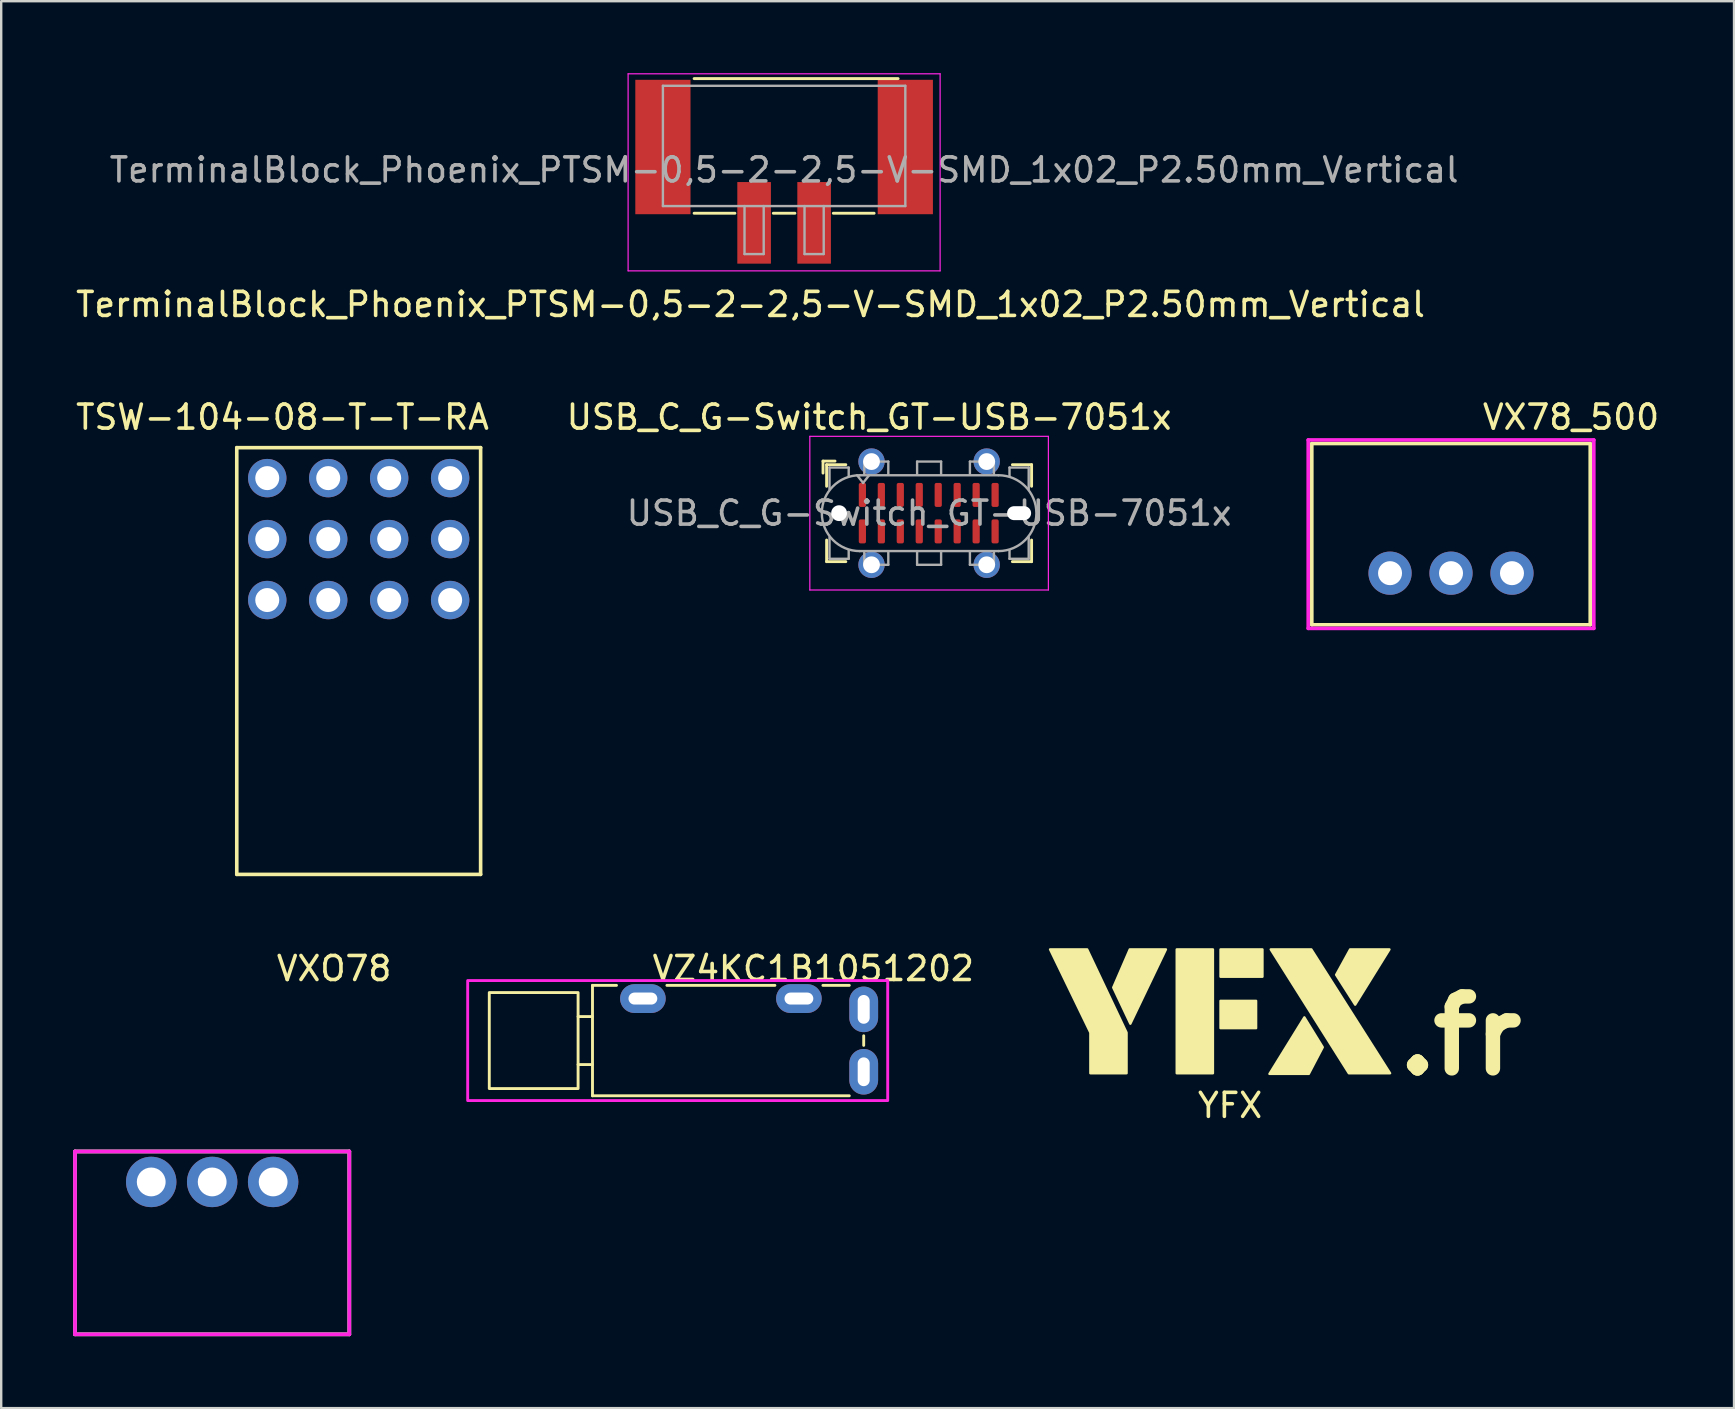
<source format=kicad_pcb>
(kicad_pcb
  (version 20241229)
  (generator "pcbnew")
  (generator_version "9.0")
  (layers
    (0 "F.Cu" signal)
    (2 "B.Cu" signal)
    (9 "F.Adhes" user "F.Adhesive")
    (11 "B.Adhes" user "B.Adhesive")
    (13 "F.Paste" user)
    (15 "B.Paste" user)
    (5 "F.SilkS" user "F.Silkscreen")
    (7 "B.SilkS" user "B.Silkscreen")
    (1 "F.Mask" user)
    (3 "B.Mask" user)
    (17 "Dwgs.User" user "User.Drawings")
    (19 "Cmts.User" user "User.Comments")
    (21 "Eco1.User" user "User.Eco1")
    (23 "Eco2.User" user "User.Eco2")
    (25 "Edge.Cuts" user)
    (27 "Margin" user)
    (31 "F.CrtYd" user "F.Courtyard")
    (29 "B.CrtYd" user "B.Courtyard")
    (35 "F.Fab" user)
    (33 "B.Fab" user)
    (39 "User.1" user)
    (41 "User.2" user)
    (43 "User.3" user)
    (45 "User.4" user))
  (footprint "VXO78"
    (layer "F.Cu")
    (at 5.79 46.195)
    (property "Reference" "VXO78" (at 5.08 -8.89 0) (layer "F.SilkS") (effects (font (size 1 1) (thickness 0.15))))
    (attr through_hole)
    (fp_line (start -5.715 -1.27) (end -5.715 6.35) (stroke (width 0.15) (type solid)) (layer "F.SilkS"))
    (fp_line (start -5.715 6.35) (end 5.715 6.35) (stroke (width 0.15) (type solid)) (layer "F.SilkS"))
    (fp_line (start 5.715 -1.27) (end -5.715 -1.27) (stroke (width 0.15) (type solid)) (layer "F.SilkS"))
    (fp_line (start 5.715 6.35) (end 5.715 -1.27) (stroke (width 0.15) (type solid)) (layer "F.SilkS"))
    (fp_line (start -5.715 -1.27) (end 5.715 -1.27) (stroke (width 0.15) (type solid)) (layer "F.CrtYd"))
    (fp_line (start -5.715 6.35) (end -5.715 -1.27) (stroke (width 0.15) (type solid)) (layer "F.CrtYd"))
    (fp_line (start 5.715 -1.27) (end 5.715 6.35) (stroke (width 0.15) (type solid)) (layer "F.CrtYd"))
    (fp_line (start 5.715 6.35) (end -5.715 6.35) (stroke (width 0.15) (type solid)) (layer "F.CrtYd"))
    (fp_line (start -5.715 -1.27) (end 5.715 -1.27) (stroke (width 0.15) (type solid)) (layer "F.Fab"))
    (fp_line (start -5.715 6.35) (end -5.715 -1.27) (stroke (width 0.15) (type solid)) (layer "F.Fab"))
    (fp_line (start 5.715 -1.27) (end 5.715 6.35) (stroke (width 0.15) (type solid)) (layer "F.Fab"))
    (fp_line (start 5.715 6.35) (end -5.715 6.35) (stroke (width 0.15) (type solid)) (layer "F.Fab"))
    (pad "1" thru_hole circle (at -2.54 0) (size 2.1 2.1) (drill 1.2) (layers "*.Cu" "*.Mask"))
    (pad "2" thru_hole circle (at 0 0) (size 2.1 2.1) (drill 1.2) (layers "*.Cu" "*.Mask"))
    (pad "3" thru_hole circle (at 2.54 0) (size 2.1 2.1) (drill 1.2) (layers "*.Cu" "*.Mask")))
  (footprint "TerminalBlock_Phoenix_PTSM-0,5-2-2,5-V-SMD_1x02_P2.50mm_Vertical"
    (layer "F.Cu")
    (at 29.62 4.105)
    (property "Reference" "TerminalBlock_Phoenix_PTSM-0,5-2-2,5-V-SMD_1x02_P2.50mm_Vertical" (at -1.4 5.53 0) (layer "F.SilkS") (effects (font (size 1 1) (thickness 0.15))))
    (attr smd)
    (fp_line (start -3.75 -3.88) (end 4.75 -3.88) (stroke (width 0.12) (type solid)) (layer "F.SilkS"))
    (fp_line (start -2.05 1.73) (end -3.75 1.73) (stroke (width 0.12) (type solid)) (layer "F.SilkS"))
    (fp_line (start 0.45 1.73) (end -0.45 1.73) (stroke (width 0.12) (type solid)) (layer "F.SilkS"))
    (fp_line (start 3.75 1.73) (end 2.05 1.73) (stroke (width 0.12) (type solid)) (layer "F.SilkS"))
    (fp_line (start -6.5 -4.08) (end 6.5 -4.08) (stroke (width 0.05) (type solid)) (layer "F.CrtYd"))
    (fp_line (start -6.5 4.13) (end -6.5 -4.08) (stroke (width 0.05) (type solid)) (layer "F.CrtYd"))
    (fp_line (start 6.5 -4.08) (end 6.5 4.13) (stroke (width 0.05) (type solid)) (layer "F.CrtYd"))
    (fp_line (start 6.5 4.13) (end -6.5 4.13) (stroke (width 0.05) (type solid)) (layer "F.CrtYd"))
    (fp_line (start -5.05 -3.58) (end 5.05 -3.58) (stroke (width 0.1) (type solid)) (layer "F.Fab"))
    (fp_line (start -5.05 1.43) (end -5.05 -3.58) (stroke (width 0.1) (type solid)) (layer "F.Fab"))
    (fp_line (start -1.65 1.43) (end -1.65 3.43) (stroke (width 0.1) (type solid)) (layer "F.Fab"))
    (fp_line (start -1.65 3.43) (end -0.85 3.43) (stroke (width 0.1) (type solid)) (layer "F.Fab"))
    (fp_line (start -0.85 1.43) (end -0.85 3.43) (stroke (width 0.1) (type solid)) (layer "F.Fab"))
    (fp_line (start 0.85 1.43) (end 0.85 3.43) (stroke (width 0.1) (type solid)) (layer "F.Fab"))
    (fp_line (start 0.85 3.43) (end 1.65 3.43) (stroke (width 0.1) (type solid)) (layer "F.Fab"))
    (fp_line (start 1.65 1.43) (end 1.65 3.43) (stroke (width 0.1) (type solid)) (layer "F.Fab"))
    (fp_line (start 5.05 1.43) (end -5.05 1.43) (stroke (width 0.1) (type solid)) (layer "F.Fab"))
    (fp_line (start 5.05 1.43) (end 5.05 -3.58) (stroke (width 0.1) (type solid)) (layer "F.Fab"))
    (fp_text user "${REFERENCE}" (at 0 -0.075 0) (layer "F.Fab") (effects (font (size 1 1) (thickness 0.15))))
    (pad "" smd rect (at -5.05 -1.03 180) (size 2.3 5.6) (layers "F.Cu" "F.Mask" "F.Paste"))
    (pad "" smd rect (at 5.05 -1.03 180) (size 2.3 5.6) (layers "F.Cu" "F.Mask" "F.Paste"))
    (pad "1" smd rect (at -1.25 2.13 180) (size 1.4 3.4) (layers "F.Cu" "F.Mask" "F.Paste"))
    (pad "2" smd rect (at 1.25 2.13 180) (size 1.4 3.4) (layers "F.Cu" "F.Mask" "F.Paste")))
  (footprint "TSW-104-08-T-T-RA"
    (layer "F.Cu")
    (at 8.085 21.951)
    (property "Reference" "TSW-104-08-T-T-RA" (at 0.635 -7.62 0) (layer "F.SilkS") (effects (font (size 1 1) (thickness 0.15))))
    (attr through_hole)
    (fp_line (start -1.27 -6.35) (end -1.27 11.43) (stroke (width 0.15) (type solid)) (layer "F.SilkS"))
    (fp_line (start -1.27 11.43) (end 8.89 11.43) (stroke (width 0.15) (type solid)) (layer "F.SilkS"))
    (fp_line (start 8.89 -6.35) (end -1.27 -6.35) (stroke (width 0.15) (type solid)) (layer "F.SilkS"))
    (fp_line (start 8.89 11.43) (end 8.89 -6.35) (stroke (width 0.15) (type solid)) (layer "F.SilkS"))
    (pad "1" thru_hole circle (at 0 0) (size 1.6 1.6) (drill 1) (layers "*.Cu" "*.Mask"))
    (pad "2" thru_hole circle (at 0 -2.54) (size 1.6 1.6) (drill 1) (layers "*.Cu" "*.Mask"))
    (pad "3" thru_hole circle (at 0 -5.08) (size 1.6 1.6) (drill 1) (layers "*.Cu" "*.Mask"))
    (pad "4" thru_hole circle (at 2.54 0) (size 1.6 1.6) (drill 1) (layers "*.Cu" "*.Mask"))
    (pad "5" thru_hole circle (at 2.54 -2.54) (size 1.6 1.6) (drill 1) (layers "*.Cu" "*.Mask"))
    (pad "6" thru_hole circle (at 2.54 -5.08) (size 1.6 1.6) (drill 1) (layers "*.Cu" "*.Mask"))
    (pad "7" thru_hole circle (at 5.08 0) (size 1.6 1.6) (drill 1) (layers "*.Cu" "*.Mask"))
    (pad "8" thru_hole circle (at 5.08 -2.54) (size 1.6 1.6) (drill 1) (layers "*.Cu" "*.Mask"))
    (pad "9" thru_hole circle (at 5.08 -5.08) (size 1.6 1.6) (drill 1) (layers "*.Cu" "*.Mask"))
    (pad "10" thru_hole circle (at 7.62 0) (size 1.6 1.6) (drill 1) (layers "*.Cu" "*.Mask"))
    (pad "11" thru_hole circle (at 7.62 -2.54) (size 1.6 1.6) (drill 1) (layers "*.Cu" "*.Mask"))
    (pad "12" thru_hole circle (at 7.62 -5.08) (size 1.6 1.6) (drill 1) (layers "*.Cu" "*.Mask")))
  (footprint "VX78_500"
    (layer "F.Cu")
    (at 57.406 20.831)
    (property "Reference" "VX78_500" (at 5 -6.5 0) (layer "F.SilkS") (effects (font (size 1 1) (thickness 0.15))))
    (attr through_hole)
    (fp_line (start -5.8 -5.4) (end -5.8 2.15) (stroke (width 0.15) (type solid)) (layer "F.SilkS"))
    (fp_line (start -5.8 2.15) (end 5.8 2.15) (stroke (width 0.15) (type solid)) (layer "F.SilkS"))
    (fp_line (start 5.8 -5.4) (end -5.8 -5.4) (stroke (width 0.15) (type solid)) (layer "F.SilkS"))
    (fp_line (start 5.8 2.15) (end 5.8 -5.4) (stroke (width 0.15) (type solid)) (layer "F.SilkS"))
    (fp_line (start -5.95 -5.55) (end 5.95 -5.55) (stroke (width 0.15) (type solid)) (layer "F.CrtYd"))
    (fp_line (start -5.95 2.3) (end -5.95 -5.55) (stroke (width 0.15) (type solid)) (layer "F.CrtYd"))
    (fp_line (start 5.95 -5.55) (end 5.95 2.3) (stroke (width 0.15) (type solid)) (layer "F.CrtYd"))
    (fp_line (start 5.95 2.3) (end -5.95 2.3) (stroke (width 0.15) (type solid)) (layer "F.CrtYd"))
    (pad "1" thru_hole circle (at -2.54 0) (size 1.8 1.8) (drill 1) (layers "*.Cu" "*.Mask"))
    (pad "2" thru_hole circle (at 0 0) (size 1.8 1.8) (drill 1) (layers "*.Cu" "*.Mask"))
    (pad "3" thru_hole circle (at 2.54 0) (size 1.8 1.8) (drill 1) (layers "*.Cu" "*.Mask")))
  (footprint "YFX"
    (layer "F.Cu")
    (at 47.701 39.007)
    (property "Reference" "YFX" (at 0.5 4 0) (layer "F.SilkS") (effects (font (size 1 1) (thickness 0.15))))
    (attr through_hole)
    (fp_poly (pts (xy -3.655 0.596) (xy -4.369 -0.912) (xy -3.681 -2.5) (xy -2.173 -2.5)) (stroke (width 0.1) (type solid)) (fill yes) (layer "F.SilkS"))
    (fp_poly (pts (xy -0.215 2.659) (xy -1.723 2.659) (xy -1.723 -2.5) (xy -0.215 -2.5)) (stroke (width 0.1) (type solid)) (fill yes) (layer "F.SilkS"))
    (fp_poly (pts (xy 1.584 0.781) (xy 0.102 0.781) (xy 0.102 -0.357) (xy 1.584 -0.357)) (stroke (width 0.1) (type solid)) (fill yes) (layer "F.SilkS"))
    (fp_poly (pts (xy 1.849 -1.362) (xy 0.102 -1.362) (xy 0.102 -2.5) (xy 1.849 -2.5)) (stroke (width 0.1) (type solid)) (fill yes) (layer "F.SilkS"))
    (fp_poly (pts (xy 4.362 1.575) (xy 3.78 2.686) (xy 2.14 2.686) (xy 3.595 0.331)) (stroke (width 0.1) (type solid)) (fill yes) (layer "F.SilkS"))
    (fp_poly (pts (xy 5.712 -0.198) (xy 4.918 -1.442) (xy 5.5 -2.5) (xy 7.14 -2.5)) (stroke (width 0.1) (type solid)) (fill yes) (layer "F.SilkS"))
    (fp_poly (pts (xy 7.167 2.659) (xy 5.447 2.659) (xy 2.193 -2.5) (xy 3.886 -2.5)) (stroke (width 0.1) (type solid)) (fill yes) (layer "F.SilkS"))
    (fp_poly (pts (xy -3.813 0.966) (xy -3.813 2.659) (xy -5.321 2.659) (xy -5.321 0.966) (xy -7 -2.5) (xy -5.454 -2.5)) (stroke (width 0.1) (type solid)) (fill yes) (layer "F.SilkS"))
    (fp_text user ".fr" (at 7.2 1.1 0) (layer "F.SilkS") (effects (font (size 3 3) (thickness 0.6)) (justify left))))
  (footprint "VZ4KC1B1051202"
    (layer "F.Cu")
    (at 32.936 40.305)
    (property "Reference" "VZ4KC1B1051202" (at -2.1 -3 0) (unlocked yes) (layer "F.SilkS") (effects (font (size 1 1) (thickness 0.15))))
    (attr through_hole)
    (fp_line (start -11.9 -1) (end -11.3 -1) (stroke (width 0.12) (type solid)) (layer "F.SilkS"))
    (fp_line (start -11.9 1) (end -11.3 1) (stroke (width 0.12) (type solid)) (layer "F.SilkS"))
    (fp_line (start -11.3 -2.3) (end -10.3 -2.3) (stroke (width 0.12) (type solid)) (layer "F.SilkS"))
    (fp_line (start -11.3 2.3) (end -11.3 -2.3) (stroke (width 0.12) (type solid)) (layer "F.SilkS"))
    (fp_line (start -3.7 -2.3) (end -8.2 -2.3) (stroke (width 0.12) (type solid)) (layer "F.SilkS"))
    (fp_line (start -0.6 -2.3) (end -1.7 -2.3) (stroke (width 0.12) (type solid)) (layer "F.SilkS"))
    (fp_line (start -0.6 2.3) (end -11.3 2.3) (stroke (width 0.12) (type solid)) (layer "F.SilkS"))
    (fp_line (start 0 -0.2) (end 0 0.2) (stroke (width 0.12) (type solid)) (layer "F.SilkS"))
    (fp_rect (start -15.6 -2) (end -11.9 2) (stroke (width 0.12) (type solid)) (fill no) (layer "F.SilkS"))
    (fp_rect (start 1 -2.5) (end -16.5 2.5) (stroke (width 0.12) (type solid)) (fill no) (layer "F.CrtYd"))
    (pad "1" thru_hole oval (at 0 1.3 90) (size 1.9 1.2) (drill oval 1.2 0.5) (layers "*.Cu" "*.Mask"))
    (pad "2" thru_hole oval (at 0 -1.3 90) (size 1.9 1.2) (drill oval 1.2 0.5) (layers "*.Cu" "*.Mask"))
    (pad "NC" thru_hole oval (at -9.2 -1.75) (size 1.9 1.2) (drill oval 1.2 0.5) (layers "*.Cu" "*.Mask"))
    (pad "NC" thru_hole oval (at -2.7 -1.75) (size 1.9 1.2) (drill oval 1.2 0.5) (layers "*.Cu" "*.Mask")))
  (footprint "USB_C_G-Switch_GT-USB-7051x"
    (layer "F.Cu")
    (at 35.661 18.331)
    (property "Reference" "USB_C_G-Switch_GT-USB-7051x" (at -2.5 -4 0) (unlocked yes) (layer "F.SilkS") (effects (font (size 1 1) (thickness 0.15))))
    (attr smd)
    (fp_line (start -4.42 -2.17) (end -4.42 -1.67) (stroke (width 0.12) (type solid)) (layer "F.SilkS"))
    (fp_line (start -4.42 -2.17) (end -3.92 -2.17) (stroke (width 0.12) (type solid)) (layer "F.SilkS"))
    (fp_line (start -4.27 -2.02) (end -4.27 -1.12) (stroke (width 0.12) (type solid)) (layer "F.SilkS"))
    (fp_line (start -4.27 -2.02) (end -3.47 -2.02) (stroke (width 0.12) (type solid)) (layer "F.SilkS"))
    (fp_line (start -4.27 2.02) (end -4.27 1.12) (stroke (width 0.12) (type solid)) (layer "F.SilkS"))
    (fp_line (start -4.27 2.02) (end -3.47 2.02) (stroke (width 0.12) (type solid)) (layer "F.SilkS"))
    (fp_line (start 4.27 -2.02) (end 3.47 -2.02) (stroke (width 0.12) (type solid)) (layer "F.SilkS"))
    (fp_line (start 4.27 -2.02) (end 4.27 -1.12) (stroke (width 0.12) (type solid)) (layer "F.SilkS"))
    (fp_line (start 4.27 2.02) (end 3.47 2.02) (stroke (width 0.12) (type solid)) (layer "F.SilkS"))
    (fp_line (start 4.27 2.02) (end 4.27 1.12) (stroke (width 0.12) (type solid)) (layer "F.SilkS"))
    (fp_line (start -4.97 -3.2) (end -4.97 3.2) (stroke (width 0.05) (type solid)) (layer "F.CrtYd"))
    (fp_line (start -4.97 3.2) (end 4.97 3.2) (stroke (width 0.05) (type solid)) (layer "F.CrtYd"))
    (fp_line (start 4.97 -3.2) (end -4.97 -3.2) (stroke (width 0.05) (type solid)) (layer "F.CrtYd"))
    (fp_line (start 4.97 3.2) (end 4.97 -3.2) (stroke (width 0.05) (type solid)) (layer "F.CrtYd"))
    (fp_line (start -4.15 -1.9) (end -4.15 -1) (stroke (width 0.1) (type solid)) (layer "F.Fab"))
    (fp_line (start -4.15 -1.9) (end -3.35 -1.9) (stroke (width 0.1) (type solid)) (layer "F.Fab"))
    (fp_line (start -4.15 1.9) (end -4.15 1) (stroke (width 0.1) (type solid)) (layer "F.Fab"))
    (fp_line (start -4.15 1.9) (end -3.35 1.9) (stroke (width 0.1) (type solid)) (layer "F.Fab"))
    (fp_line (start -3.35 -1.9) (end -3.35 -1.55) (stroke (width 0.1) (type solid)) (layer "F.Fab"))
    (fp_line (start -3.35 1.9) (end -3.35 1.55) (stroke (width 0.1) (type solid)) (layer "F.Fab"))
    (fp_line (start -2.89 1.58) (end 2.89 1.58) (stroke (width 0.1) (type solid)) (layer "F.Fab"))
    (fp_line (start -2.75 -1.26) (end -3 -1.58) (stroke (width 0.1) (type solid)) (layer "F.Fab"))
    (fp_line (start -2.7 -2.15) (end -1.7 -2.15) (stroke (width 0.1) (type solid)) (layer "F.Fab"))
    (fp_line (start -2.7 -1.6) (end -2.7 -2.15) (stroke (width 0.1) (type solid)) (layer "F.Fab"))
    (fp_line (start -2.7 1.6) (end -2.7 2.15) (stroke (width 0.1) (type solid)) (layer "F.Fab"))
    (fp_line (start -2.7 2.15) (end -1.7 2.15) (stroke (width 0.1) (type solid)) (layer "F.Fab"))
    (fp_line (start -2.5 -1.58) (end -2.75 -1.26) (stroke (width 0.1) (type solid)) (layer "F.Fab"))
    (fp_line (start -1.7 -2.15) (end -1.7 -1.6) (stroke (width 0.1) (type solid)) (layer "F.Fab"))
    (fp_line (start -1.7 2.15) (end -1.7 1.6) (stroke (width 0.1) (type solid)) (layer "F.Fab"))
    (fp_line (start -0.5 -2.15) (end 0.5 -2.15) (stroke (width 0.1) (type solid)) (layer "F.Fab"))
    (fp_line (start -0.5 -1.6) (end -0.5 -2.15) (stroke (width 0.1) (type solid)) (layer "F.Fab"))
    (fp_line (start -0.5 2.15) (end -0.5 1.6) (stroke (width 0.1) (type solid)) (layer "F.Fab"))
    (fp_line (start 0.5 -2.15) (end 0.5 -1.6) (stroke (width 0.1) (type solid)) (layer "F.Fab"))
    (fp_line (start 0.5 1.6) (end 0.5 2.15) (stroke (width 0.1) (type solid)) (layer "F.Fab"))
    (fp_line (start 0.5 2.15) (end -0.5 2.15) (stroke (width 0.1) (type solid)) (layer "F.Fab"))
    (fp_line (start 1.7 -2.15) (end 1.7 -1.6) (stroke (width 0.1) (type solid)) (layer "F.Fab"))
    (fp_line (start 1.7 2.15) (end 1.7 1.6) (stroke (width 0.1) (type solid)) (layer "F.Fab"))
    (fp_line (start 2.7 -2.15) (end 1.7 -2.15) (stroke (width 0.1) (type solid)) (layer "F.Fab"))
    (fp_line (start 2.7 -1.6) (end 2.7 -2.15) (stroke (width 0.1) (type solid)) (layer "F.Fab"))
    (fp_line (start 2.7 1.6) (end 2.7 2.15) (stroke (width 0.1) (type solid)) (layer "F.Fab"))
    (fp_line (start 2.7 2.15) (end 1.7 2.15) (stroke (width 0.1) (type solid)) (layer "F.Fab"))
    (fp_line (start 2.89 -1.58) (end -2.89 -1.58) (stroke (width 0.1) (type solid)) (layer "F.Fab"))
    (fp_line (start 3.35 -1.9) (end 3.35 -1.55) (stroke (width 0.1) (type solid)) (layer "F.Fab"))
    (fp_line (start 3.35 1.9) (end 3.35 1.55) (stroke (width 0.1) (type solid)) (layer "F.Fab"))
    (fp_line (start 4.15 -1.9) (end 3.35 -1.9) (stroke (width 0.1) (type solid)) (layer "F.Fab"))
    (fp_line (start 4.15 -1.9) (end 4.15 -1) (stroke (width 0.1) (type solid)) (layer "F.Fab"))
    (fp_line (start 4.15 1.9) (end 3.35 1.9) (stroke (width 0.1) (type solid)) (layer "F.Fab"))
    (fp_line (start 4.15 1.9) (end 4.15 1) (stroke (width 0.1) (type solid)) (layer "F.Fab"))
    (fp_arc (start -2.89 1.58) (mid -4.47 0) (end -2.89 -1.58) (stroke (width 0.1) (type solid)) (layer "F.Fab"))
    (fp_arc (start 2.89 -1.58) (mid 4.47 0) (end 2.89 1.58) (stroke (width 0.1) (type solid)) (layer "F.Fab"))
    (fp_text user "${REFERENCE}" (at 0 0 0) (unlocked yes) (layer "F.Fab") (effects (font (size 1 1) (thickness 0.15))))
    (pad "" np_thru_hole circle (at -3.75 0) (size 0.66 0.66) (drill 0.66) (layers "*.Cu" "*.Mask"))
    (pad "" np_thru_hole oval (at 3.75 0) (size 1 0.58) (drill oval 1 0.58) (layers "*.Cu" "*.Mask"))
    (pad "A1" smd roundrect (at -2.78 -0.76) (size 0.3 1) (layers "F.Cu" "F.Mask" "F.Paste") (roundrect_rratio 0.25))
    (pad "A4" smd roundrect (at -1.99 -0.76) (size 0.3 1) (layers "F.Cu" "F.Mask" "F.Paste") (roundrect_rratio 0.25))
    (pad "A5" smd roundrect (at -1.2 -0.76) (size 0.3 1) (layers "F.Cu" "F.Mask" "F.Paste") (roundrect_rratio 0.25))
    (pad "A6" smd roundrect (at -0.41 -0.76) (size 0.3 1) (layers "F.Cu" "F.Mask" "F.Paste") (roundrect_rratio 0.25))
    (pad "A7" smd roundrect (at 0.38 -0.76) (size 0.3 1) (layers "F.Cu" "F.Mask" "F.Paste") (roundrect_rratio 0.25))
    (pad "A8" smd roundrect (at 1.17 -0.76) (size 0.3 1) (layers "F.Cu" "F.Mask" "F.Paste") (roundrect_rratio 0.25))
    (pad "A9" smd roundrect (at 1.96 -0.76) (size 0.3 1) (layers "F.Cu" "F.Mask" "F.Paste") (roundrect_rratio 0.25))
    (pad "A12" smd roundrect (at 2.75 -0.76) (size 0.3 1) (layers "F.Cu" "F.Mask" "F.Paste") (roundrect_rratio 0.25))
    (pad "B1" smd roundrect (at 2.75 0.76) (size 0.3 1) (layers "F.Cu" "F.Mask" "F.Paste") (roundrect_rratio 0.25))
    (pad "B4" smd roundrect (at 1.96 0.76) (size 0.3 1) (layers "F.Cu" "F.Mask" "F.Paste") (roundrect_rratio 0.25))
    (pad "B5" smd roundrect (at 1.17 0.76) (size 0.3 1) (layers "F.Cu" "F.Mask" "F.Paste") (roundrect_rratio 0.25))
    (pad "B6" smd roundrect (at 0.38 0.76) (size 0.3 1) (layers "F.Cu" "F.Mask" "F.Paste") (roundrect_rratio 0.25))
    (pad "B7" smd roundrect (at -0.41 0.76) (size 0.3 1) (layers "F.Cu" "F.Mask" "F.Paste") (roundrect_rratio 0.25))
    (pad "B8" smd roundrect (at -1.2 0.76) (size 0.3 1) (layers "F.Cu" "F.Mask" "F.Paste") (roundrect_rratio 0.25))
    (pad "B9" smd roundrect (at -1.99 0.76) (size 0.3 1) (layers "F.Cu" "F.Mask" "F.Paste") (roundrect_rratio 0.25))
    (pad "B12" smd roundrect (at -2.78 0.76) (size 0.3 1) (layers "F.Cu" "F.Mask" "F.Paste") (roundrect_rratio 0.25))
    (pad "S1" thru_hole circle (at -2.4 -2.15) (size 1.1 1.1) (drill 0.7) (layers "*.Cu" "*.Mask" "F.Paste"))
    (pad "S1" thru_hole circle (at -2.4 2.15) (size 1.1 1.1) (drill 0.7) (layers "*.Cu" "*.Mask" "F.Paste"))
    (pad "S1" thru_hole circle (at 2.4 -2.15) (size 1.1 1.1) (drill 0.7) (layers "*.Cu" "*.Mask" "F.Paste"))
    (pad "S1" thru_hole circle (at 2.4 2.15) (size 1.1 1.1) (drill 0.7) (layers "*.Cu" "*.Mask" "F.Paste"))
    (zone (net_name "") (layer "F.Cu") (name "peg") (hatch full 0.508) (connect_pads) (min_thickness 0.254) (filled_areas_thickness no) (keepout (tracks not_allowed) (vias not_allowed) (pads not_allowed) (copperpour not_allowed) (footprints not_allowed)) (placement (enabled no)) (fill) (polygon (pts (xy 36.461 16.532) (xy 34.861 16.532) (xy 34.861 15.832) (xy 36.461 15.832))))
    (zone (net_name "") (layer "F.Cu") (name "peg") (hatch full 0.508) (connect_pads) (min_thickness 0.254) (filled_areas_thickness no) (keepout (tracks not_allowed) (vias not_allowed) (pads not_allowed) (copperpour not_allowed) (footprints not_allowed)) (placement (enabled no)) (fill) (polygon (pts (xy 36.461 20.831) (xy 34.861 20.831) (xy 34.861 20.131) (xy 36.461 20.131)))))
  (gr_rect
    (start -3 -3)
    (end 69.198 55.62)
    (stroke (width 0.1) (type default))
    (fill no)
    (layer "Edge.Cuts")))
</source>
